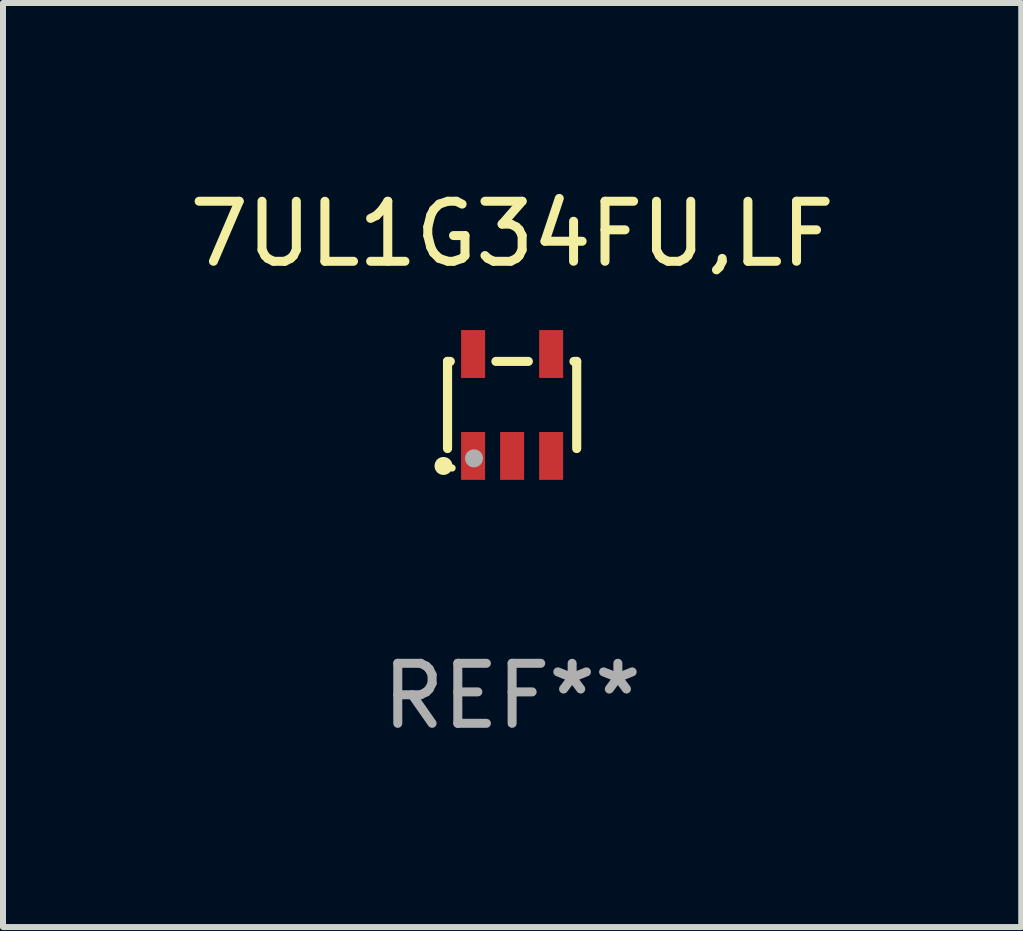
<source format=kicad_pcb>
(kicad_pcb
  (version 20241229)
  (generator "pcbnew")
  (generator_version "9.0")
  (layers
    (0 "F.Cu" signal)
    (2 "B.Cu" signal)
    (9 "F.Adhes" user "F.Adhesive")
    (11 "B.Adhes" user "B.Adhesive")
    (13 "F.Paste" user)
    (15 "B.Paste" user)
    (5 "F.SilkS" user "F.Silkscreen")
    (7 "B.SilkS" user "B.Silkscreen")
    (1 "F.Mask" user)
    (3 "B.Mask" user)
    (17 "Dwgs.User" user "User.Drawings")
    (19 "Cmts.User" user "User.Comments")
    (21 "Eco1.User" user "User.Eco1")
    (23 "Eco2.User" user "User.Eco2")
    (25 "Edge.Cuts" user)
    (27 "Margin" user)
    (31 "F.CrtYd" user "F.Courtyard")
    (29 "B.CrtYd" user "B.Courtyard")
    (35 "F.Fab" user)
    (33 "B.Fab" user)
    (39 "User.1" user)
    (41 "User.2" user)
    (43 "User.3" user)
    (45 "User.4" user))
  (footprint "7UL1G34FU,LF"
    (layer "F.Cu")
    (at 5.482 3.697)
    (property "Reference" "7UL1G34FU,LF" (at 0 -2.849 0) (layer "F.SilkS") (effects (font (size 1 1) (thickness 0.15))))
    (attr through_hole)
    (fp_line (start -1.076 -0.726) (end -1.03 -0.726) (stroke (width 0.152) (type solid)) (layer "F.SilkS"))
    (fp_line (start -1.076 0.726) (end -1.076 -0.726) (stroke (width 0.152) (type solid)) (layer "F.SilkS"))
    (fp_line (start -0.27 -0.726) (end 0.27 -0.726) (stroke (width 0.152) (type solid)) (layer "F.SilkS"))
    (fp_line (start 1.03 -0.726) (end 1.076 -0.726) (stroke (width 0.152) (type solid)) (layer "F.SilkS"))
    (fp_line (start 1.076 0.726) (end 1.076 -0.726) (stroke (width 0.152) (type solid)) (layer "F.SilkS"))
    (fp_circle (center -1.143 1.016) (end -1.068 1.016) (stroke (width 0.15) (type solid)) (fill no) (layer "F.SilkS"))
    (fp_circle (center -1 1.05) (end -0.97 1.05) (stroke (width 0.06) (type solid)) (fill no) (layer "F.SilkS"))
    (fp_circle (center -0.635 0.889) (end -0.56 0.889) (stroke (width 0.15) (type solid)) (fill no) (layer "F.Fab"))
    (fp_text user "REF**" (at 0 4.849 0) (layer "F.Fab") (effects (font (size 1 1) (thickness 0.15))))
    (pad "1" smd rect (at -0.65 0.849) (size 0.4 0.798) (layers "F.Cu" "F.Mask" "F.Paste"))
    (pad "2" smd rect (at 0 0.849) (size 0.4 0.798) (layers "F.Cu" "F.Mask" "F.Paste"))
    (pad "3" smd rect (at 0.65 0.849) (size 0.4 0.798) (layers "F.Cu" "F.Mask" "F.Paste"))
    (pad "4" smd rect (at 0.65 -0.849) (size 0.4 0.798) (layers "F.Cu" "F.Mask" "F.Paste"))
    (pad "5" smd rect (at -0.65 -0.849) (size 0.4 0.798) (layers "F.Cu" "F.Mask" "F.Paste")))
  (gr_rect
    (start -3 -3)
    (end 13.964 12.395)
    (stroke (width 0.1) (type default))
    (fill no)
    (layer "Edge.Cuts")))
</source>
